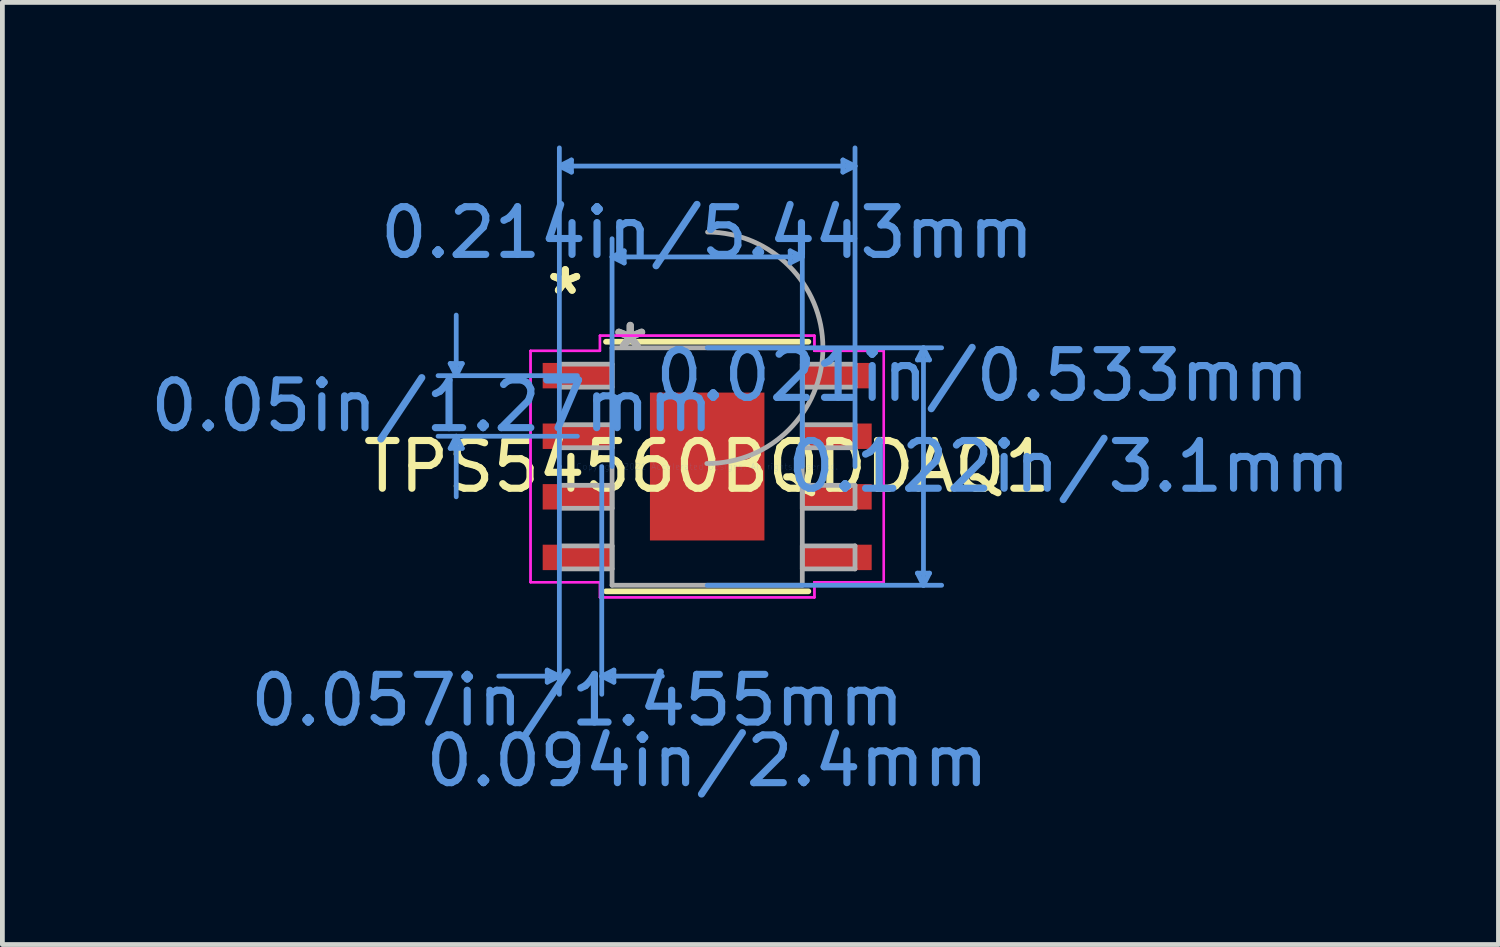
<source format=kicad_pcb>
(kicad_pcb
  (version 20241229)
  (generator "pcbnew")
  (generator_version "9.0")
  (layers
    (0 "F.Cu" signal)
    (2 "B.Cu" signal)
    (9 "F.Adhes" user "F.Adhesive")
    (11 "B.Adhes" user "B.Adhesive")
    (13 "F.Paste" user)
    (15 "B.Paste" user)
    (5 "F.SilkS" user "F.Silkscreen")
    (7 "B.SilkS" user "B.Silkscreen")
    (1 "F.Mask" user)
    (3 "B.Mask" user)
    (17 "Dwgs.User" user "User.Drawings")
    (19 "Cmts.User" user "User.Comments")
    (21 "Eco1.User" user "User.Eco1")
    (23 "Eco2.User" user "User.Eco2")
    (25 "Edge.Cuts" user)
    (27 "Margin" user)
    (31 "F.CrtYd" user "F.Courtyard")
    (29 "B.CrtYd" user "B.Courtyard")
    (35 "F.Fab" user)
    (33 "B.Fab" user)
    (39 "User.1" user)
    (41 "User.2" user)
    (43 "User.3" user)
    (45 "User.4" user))
  (footprint "TPS54560BQDDAQ1"
    (layer "F.Cu")
    (at 11.775 6.73)
    (property "Reference" "TPS54560BQDDAQ1" (at 0 0 0) (layer "F.SilkS") (effects (font (size 1 1) (thickness 0.15))))
    (attr through_hole)
    (fp_line (start -2.121 2.616) (end 2.121 2.616) (stroke (width 0.12) (type solid)) (layer "F.SilkS"))
    (fp_line (start 2.121 -2.616) (end -2.121 -2.616) (stroke (width 0.12) (type solid)) (layer "F.SilkS"))
    (fp_poly (pts (xy -1.1 -1.45) (xy -1.1 -0.1) (xy 1.1 -0.1) (xy 1.1 -1.45)) (stroke (width 0.1) (type solid)) (fill yes) (layer "F.Paste"))
    (fp_poly (pts (xy -1.1 0.1) (xy -1.1 1.45) (xy 1.1 1.45) (xy 1.1 0.1)) (stroke (width 0.1) (type solid)) (fill yes) (layer "F.Paste"))
    (fp_line (start -5.388 -2.159) (end -5.134 -2.159) (stroke (width 0.1) (type solid)) (layer "Cmts.User"))
    (fp_line (start -5.388 -0.381) (end -5.134 -0.381) (stroke (width 0.1) (type solid)) (layer "Cmts.User"))
    (fp_line (start -5.261 -1.905) (end -5.388 -2.159) (stroke (width 0.1) (type solid)) (layer "Cmts.User"))
    (fp_line (start -5.261 -1.905) (end -5.261 -3.175) (stroke (width 0.1) (type solid)) (layer "Cmts.User"))
    (fp_line (start -5.261 -1.905) (end -5.134 -2.159) (stroke (width 0.1) (type solid)) (layer "Cmts.User"))
    (fp_line (start -5.261 -0.635) (end -5.388 -0.381) (stroke (width 0.1) (type solid)) (layer "Cmts.User"))
    (fp_line (start -5.261 -0.635) (end -5.261 0.635) (stroke (width 0.1) (type solid)) (layer "Cmts.User"))
    (fp_line (start -5.261 -0.635) (end -5.134 -0.381) (stroke (width 0.1) (type solid)) (layer "Cmts.User"))
    (fp_line (start -3.353 4.267) (end -3.353 4.521) (stroke (width 0.1) (type solid)) (layer "Cmts.User"))
    (fp_line (start -3.099 -6.299) (end -2.845 -6.426) (stroke (width 0.1) (type solid)) (layer "Cmts.User"))
    (fp_line (start -3.099 -6.299) (end -2.845 -6.172) (stroke (width 0.1) (type solid)) (layer "Cmts.User"))
    (fp_line (start -3.099 -6.299) (end 3.099 -6.299) (stroke (width 0.1) (type solid)) (layer "Cmts.User"))
    (fp_line (start -3.099 0) (end -3.099 -6.68) (stroke (width 0.1) (type solid)) (layer "Cmts.User"))
    (fp_line (start -3.099 0) (end -3.099 4.775) (stroke (width 0.1) (type solid)) (layer "Cmts.User"))
    (fp_line (start -3.099 4.394) (end -4.369 4.394) (stroke (width 0.1) (type solid)) (layer "Cmts.User"))
    (fp_line (start -3.099 4.394) (end -3.353 4.267) (stroke (width 0.1) (type solid)) (layer "Cmts.User"))
    (fp_line (start -3.099 4.394) (end -3.353 4.521) (stroke (width 0.1) (type solid)) (layer "Cmts.User"))
    (fp_line (start -2.845 -6.426) (end -2.845 -6.172) (stroke (width 0.1) (type solid)) (layer "Cmts.User"))
    (fp_line (start -2.721 -1.905) (end -5.642 -1.905) (stroke (width 0.1) (type solid)) (layer "Cmts.User"))
    (fp_line (start -2.721 -0.635) (end -5.642 -0.635) (stroke (width 0.1) (type solid)) (layer "Cmts.User"))
    (fp_line (start -2.21 0) (end -2.21 4.775) (stroke (width 0.1) (type solid)) (layer "Cmts.User"))
    (fp_line (start -2.21 4.394) (end -1.956 4.267) (stroke (width 0.1) (type solid)) (layer "Cmts.User"))
    (fp_line (start -2.21 4.394) (end -1.956 4.521) (stroke (width 0.1) (type solid)) (layer "Cmts.User"))
    (fp_line (start -2.21 4.394) (end -0.94 4.394) (stroke (width 0.1) (type solid)) (layer "Cmts.User"))
    (fp_line (start -1.994 -4.394) (end -1.74 -4.521) (stroke (width 0.1) (type solid)) (layer "Cmts.User"))
    (fp_line (start -1.994 -4.394) (end -1.74 -4.267) (stroke (width 0.1) (type solid)) (layer "Cmts.User"))
    (fp_line (start -1.994 -4.394) (end 1.994 -4.394) (stroke (width 0.1) (type solid)) (layer "Cmts.User"))
    (fp_line (start -1.994 0) (end -1.994 -4.775) (stroke (width 0.1) (type solid)) (layer "Cmts.User"))
    (fp_line (start -1.956 4.267) (end -1.956 4.521) (stroke (width 0.1) (type solid)) (layer "Cmts.User"))
    (fp_line (start -1.74 -4.521) (end -1.74 -4.267) (stroke (width 0.1) (type solid)) (layer "Cmts.User"))
    (fp_line (start 0 -2.489) (end 4.915 -2.489) (stroke (width 0.1) (type solid)) (layer "Cmts.User"))
    (fp_line (start 0 2.489) (end 4.915 2.489) (stroke (width 0.1) (type solid)) (layer "Cmts.User"))
    (fp_line (start 1.74 -4.521) (end 1.74 -4.267) (stroke (width 0.1) (type solid)) (layer "Cmts.User"))
    (fp_line (start 1.994 -4.394) (end 1.74 -4.521) (stroke (width 0.1) (type solid)) (layer "Cmts.User"))
    (fp_line (start 1.994 -4.394) (end 1.74 -4.267) (stroke (width 0.1) (type solid)) (layer "Cmts.User"))
    (fp_line (start 1.994 0) (end 1.994 -4.775) (stroke (width 0.1) (type solid)) (layer "Cmts.User"))
    (fp_line (start 2.845 -6.426) (end 2.845 -6.172) (stroke (width 0.1) (type solid)) (layer "Cmts.User"))
    (fp_line (start 3.099 -6.299) (end 2.845 -6.426) (stroke (width 0.1) (type solid)) (layer "Cmts.User"))
    (fp_line (start 3.099 -6.299) (end 2.845 -6.172) (stroke (width 0.1) (type solid)) (layer "Cmts.User"))
    (fp_line (start 3.099 0) (end 3.099 -6.68) (stroke (width 0.1) (type solid)) (layer "Cmts.User"))
    (fp_line (start 4.407 -2.235) (end 4.661 -2.235) (stroke (width 0.1) (type solid)) (layer "Cmts.User"))
    (fp_line (start 4.407 2.235) (end 4.661 2.235) (stroke (width 0.1) (type solid)) (layer "Cmts.User"))
    (fp_line (start 4.534 -2.489) (end 4.407 -2.235) (stroke (width 0.1) (type solid)) (layer "Cmts.User"))
    (fp_line (start 4.534 -2.489) (end 4.534 2.489) (stroke (width 0.1) (type solid)) (layer "Cmts.User"))
    (fp_line (start 4.534 -2.489) (end 4.661 -2.235) (stroke (width 0.1) (type solid)) (layer "Cmts.User"))
    (fp_line (start 4.534 2.489) (end 4.407 2.235) (stroke (width 0.1) (type solid)) (layer "Cmts.User"))
    (fp_line (start 4.534 2.489) (end 4.661 2.235) (stroke (width 0.1) (type solid)) (layer "Cmts.User"))
    (fp_line (start -3.703 -2.425) (end -2.248 -2.425) (stroke (width 0.05) (type solid)) (layer "F.CrtYd"))
    (fp_line (start -3.703 -2.425) (end -2.248 -2.425) (stroke (width 0.05) (type solid)) (layer "F.CrtYd"))
    (fp_line (start -3.703 2.425) (end -3.703 -2.425) (stroke (width 0.05) (type solid)) (layer "F.CrtYd"))
    (fp_line (start -3.703 2.425) (end -3.703 -2.425) (stroke (width 0.05) (type solid)) (layer "F.CrtYd"))
    (fp_line (start -3.703 2.425) (end -2.248 2.425) (stroke (width 0.05) (type solid)) (layer "F.CrtYd"))
    (fp_line (start -2.248 -2.743) (end 2.248 -2.743) (stroke (width 0.05) (type solid)) (layer "F.CrtYd"))
    (fp_line (start -2.248 -2.743) (end 2.248 -2.743) (stroke (width 0.05) (type solid)) (layer "F.CrtYd"))
    (fp_line (start -2.248 -2.425) (end -2.248 -2.743) (stroke (width 0.05) (type solid)) (layer "F.CrtYd"))
    (fp_line (start -2.248 -2.425) (end -2.248 -2.743) (stroke (width 0.05) (type solid)) (layer "F.CrtYd"))
    (fp_line (start -2.248 2.425) (end -3.703 2.425) (stroke (width 0.05) (type solid)) (layer "F.CrtYd"))
    (fp_line (start -2.248 2.743) (end -2.248 2.425) (stroke (width 0.05) (type solid)) (layer "F.CrtYd"))
    (fp_line (start -2.248 2.743) (end -2.248 2.425) (stroke (width 0.05) (type solid)) (layer "F.CrtYd"))
    (fp_line (start 2.248 -2.743) (end 2.248 -2.425) (stroke (width 0.05) (type solid)) (layer "F.CrtYd"))
    (fp_line (start 2.248 -2.743) (end 2.248 -2.425) (stroke (width 0.05) (type solid)) (layer "F.CrtYd"))
    (fp_line (start 2.248 -2.425) (end 3.703 -2.425) (stroke (width 0.05) (type solid)) (layer "F.CrtYd"))
    (fp_line (start 2.248 2.425) (end 2.248 2.743) (stroke (width 0.05) (type solid)) (layer "F.CrtYd"))
    (fp_line (start 2.248 2.425) (end 2.248 2.743) (stroke (width 0.05) (type solid)) (layer "F.CrtYd"))
    (fp_line (start 2.248 2.743) (end -2.248 2.743) (stroke (width 0.05) (type solid)) (layer "F.CrtYd"))
    (fp_line (start 2.248 2.743) (end -2.248 2.743) (stroke (width 0.05) (type solid)) (layer "F.CrtYd"))
    (fp_line (start 3.703 -2.425) (end 2.248 -2.425) (stroke (width 0.05) (type solid)) (layer "F.CrtYd"))
    (fp_line (start 3.703 -2.425) (end 3.703 2.425) (stroke (width 0.05) (type solid)) (layer "F.CrtYd"))
    (fp_line (start 3.703 -2.425) (end 3.703 2.425) (stroke (width 0.05) (type solid)) (layer "F.CrtYd"))
    (fp_line (start 3.703 2.425) (end 2.248 2.425) (stroke (width 0.05) (type solid)) (layer "F.CrtYd"))
    (fp_line (start 3.703 2.425) (end 2.248 2.425) (stroke (width 0.05) (type solid)) (layer "F.CrtYd"))
    (fp_line (start -3.099 -2.146) (end -3.099 -1.664) (stroke (width 0.1) (type solid)) (layer "F.Fab"))
    (fp_line (start -3.099 -1.664) (end -1.994 -1.664) (stroke (width 0.1) (type solid)) (layer "F.Fab"))
    (fp_line (start -3.099 -0.876) (end -3.099 -0.394) (stroke (width 0.1) (type solid)) (layer "F.Fab"))
    (fp_line (start -3.099 -0.394) (end -1.994 -0.394) (stroke (width 0.1) (type solid)) (layer "F.Fab"))
    (fp_line (start -3.099 0.394) (end -3.099 0.876) (stroke (width 0.1) (type solid)) (layer "F.Fab"))
    (fp_line (start -3.099 0.876) (end -1.994 0.876) (stroke (width 0.1) (type solid)) (layer "F.Fab"))
    (fp_line (start -3.099 1.664) (end -3.099 2.146) (stroke (width 0.1) (type solid)) (layer "F.Fab"))
    (fp_line (start -3.099 2.146) (end -1.994 2.146) (stroke (width 0.1) (type solid)) (layer "F.Fab"))
    (fp_line (start -1.994 -2.489) (end -1.994 2.489) (stroke (width 0.1) (type solid)) (layer "F.Fab"))
    (fp_line (start -1.994 -2.146) (end -3.099 -2.146) (stroke (width 0.1) (type solid)) (layer "F.Fab"))
    (fp_line (start -1.994 -1.664) (end -1.994 -2.146) (stroke (width 0.1) (type solid)) (layer "F.Fab"))
    (fp_line (start -1.994 -0.876) (end -3.099 -0.876) (stroke (width 0.1) (type solid)) (layer "F.Fab"))
    (fp_line (start -1.994 -0.394) (end -1.994 -0.876) (stroke (width 0.1) (type solid)) (layer "F.Fab"))
    (fp_line (start -1.994 0.394) (end -3.099 0.394) (stroke (width 0.1) (type solid)) (layer "F.Fab"))
    (fp_line (start -1.994 0.876) (end -1.994 0.394) (stroke (width 0.1) (type solid)) (layer "F.Fab"))
    (fp_line (start -1.994 1.664) (end -3.099 1.664) (stroke (width 0.1) (type solid)) (layer "F.Fab"))
    (fp_line (start -1.994 2.146) (end -1.994 1.664) (stroke (width 0.1) (type solid)) (layer "F.Fab"))
    (fp_line (start -1.994 2.489) (end 1.994 2.489) (stroke (width 0.1) (type solid)) (layer "F.Fab"))
    (fp_line (start 1.994 -2.489) (end -1.994 -2.489) (stroke (width 0.1) (type solid)) (layer "F.Fab"))
    (fp_line (start 1.994 -2.146) (end 1.994 -1.664) (stroke (width 0.1) (type solid)) (layer "F.Fab"))
    (fp_line (start 1.994 -1.664) (end 3.099 -1.664) (stroke (width 0.1) (type solid)) (layer "F.Fab"))
    (fp_line (start 1.994 -0.876) (end 1.994 -0.394) (stroke (width 0.1) (type solid)) (layer "F.Fab"))
    (fp_line (start 1.994 -0.394) (end 3.099 -0.394) (stroke (width 0.1) (type solid)) (layer "F.Fab"))
    (fp_line (start 1.994 0.394) (end 1.994 0.876) (stroke (width 0.1) (type solid)) (layer "F.Fab"))
    (fp_line (start 1.994 0.876) (end 3.099 0.876) (stroke (width 0.1) (type solid)) (layer "F.Fab"))
    (fp_line (start 1.994 1.664) (end 1.994 2.146) (stroke (width 0.1) (type solid)) (layer "F.Fab"))
    (fp_line (start 1.994 2.146) (end 3.099 2.146) (stroke (width 0.1) (type solid)) (layer "F.Fab"))
    (fp_line (start 1.994 2.489) (end 1.994 -2.489) (stroke (width 0.1) (type solid)) (layer "F.Fab"))
    (fp_line (start 3.099 -2.146) (end 1.994 -2.146) (stroke (width 0.1) (type solid)) (layer "F.Fab"))
    (fp_line (start 3.099 -1.664) (end 3.099 -2.146) (stroke (width 0.1) (type solid)) (layer "F.Fab"))
    (fp_line (start 3.099 -0.876) (end 1.994 -0.876) (stroke (width 0.1) (type solid)) (layer "F.Fab"))
    (fp_line (start 3.099 -0.394) (end 3.099 -0.876) (stroke (width 0.1) (type solid)) (layer "F.Fab"))
    (fp_line (start 3.099 0.394) (end 1.994 0.394) (stroke (width 0.1) (type solid)) (layer "F.Fab"))
    (fp_line (start 3.099 0.876) (end 3.099 0.394) (stroke (width 0.1) (type solid)) (layer "F.Fab"))
    (fp_line (start 3.099 1.664) (end 1.994 1.664) (stroke (width 0.1) (type solid)) (layer "F.Fab"))
    (fp_line (start 3.099 2.146) (end 3.099 1.664) (stroke (width 0.1) (type solid)) (layer "F.Fab"))
    (fp_arc (start 0.007742 -4.915174) (mid 2.425974 -2.481458) (end -0.007742 -0.063226) (stroke (width 0.1) (type solid)) (layer "F.Fab"))
    (fp_text user "*" (at -2.975 -3.581 0) (layer "F.SilkS") (effects (font (size 1 1) (thickness 0.15))))
    (fp_text user "*" (at -2.975 -3.581 0) (layer "F.SilkS") (effects (font (size 1 1) (thickness 0.15))))
    (fp_text user "0.057in/1.455mm" (at -2.721 4.902 0) (layer "Cmts.User") (effects (font (size 1 1) (thickness 0.15))))
    (fp_text user "0.021in/0.533mm" (at 5.769 -1.905 0) (layer "Cmts.User") (effects (font (size 1 1) (thickness 0.15))))
    (fp_text user "0.094in/2.4mm" (at 0 6.172 0) (layer "Cmts.User") (effects (font (size 1 1) (thickness 0.15))))
    (fp_text user "0.214in/5.443mm" (at 0 -4.902 0) (layer "Cmts.User") (effects (font (size 1 1) (thickness 0.15))))
    (fp_text user "Copyright 2021 Accelerated Designs. All rights reserved." (at 0 0 0) (layer "Cmts.User") (effects (font (size 0.127 0.127) (thickness 0.002))))
    (fp_text user "0.122in/3.1mm" (at 7.582 0 0) (layer "Cmts.User") (effects (font (size 1 1) (thickness 0.15))))
    (fp_text user "0.05in/1.27mm" (at -5.769 -1.27 0) (layer "Cmts.User") (effects (font (size 1 1) (thickness 0.15))))
    (fp_text user "*" (at -1.613 -2.413 0) (layer "F.Fab") (effects (font (size 1 1) (thickness 0.15))))
    (fp_text user "*" (at -1.613 -2.413 0) (layer "F.Fab") (effects (font (size 1 1) (thickness 0.15))))
    (pad "1" smd rect (at -2.721 -1.905) (size 1.455 0.533) (layers "F.Cu" "F.Mask" "F.Paste"))
    (pad "2" smd rect (at -2.721 -0.635) (size 1.455 0.533) (layers "F.Cu" "F.Mask" "F.Paste"))
    (pad "3" smd rect (at -2.721 0.635) (size 1.455 0.533) (layers "F.Cu" "F.Mask" "F.Paste"))
    (pad "4" smd rect (at -2.721 1.905) (size 1.455 0.533) (layers "F.Cu" "F.Mask" "F.Paste"))
    (pad "5" smd rect (at 2.721 1.905) (size 1.455 0.533) (layers "F.Cu" "F.Mask" "F.Paste"))
    (pad "6" smd rect (at 2.721 0.635) (size 1.455 0.533) (layers "F.Cu" "F.Mask" "F.Paste"))
    (pad "7" smd rect (at 2.721 -0.635) (size 1.455 0.533) (layers "F.Cu" "F.Mask" "F.Paste"))
    (pad "8" smd rect (at 2.721 -1.905) (size 1.455 0.533) (layers "F.Cu" "F.Mask" "F.Paste"))
    (pad "EPAD" smd rect (at 0 0) (size 2.4 3.1) (layers "F.Cu" "F.Mask")))
  (gr_rect
    (start -3 -3)
    (end 28.363 16.751)
    (stroke (width 0.1) (type default))
    (fill no)
    (layer "Edge.Cuts")))
</source>
